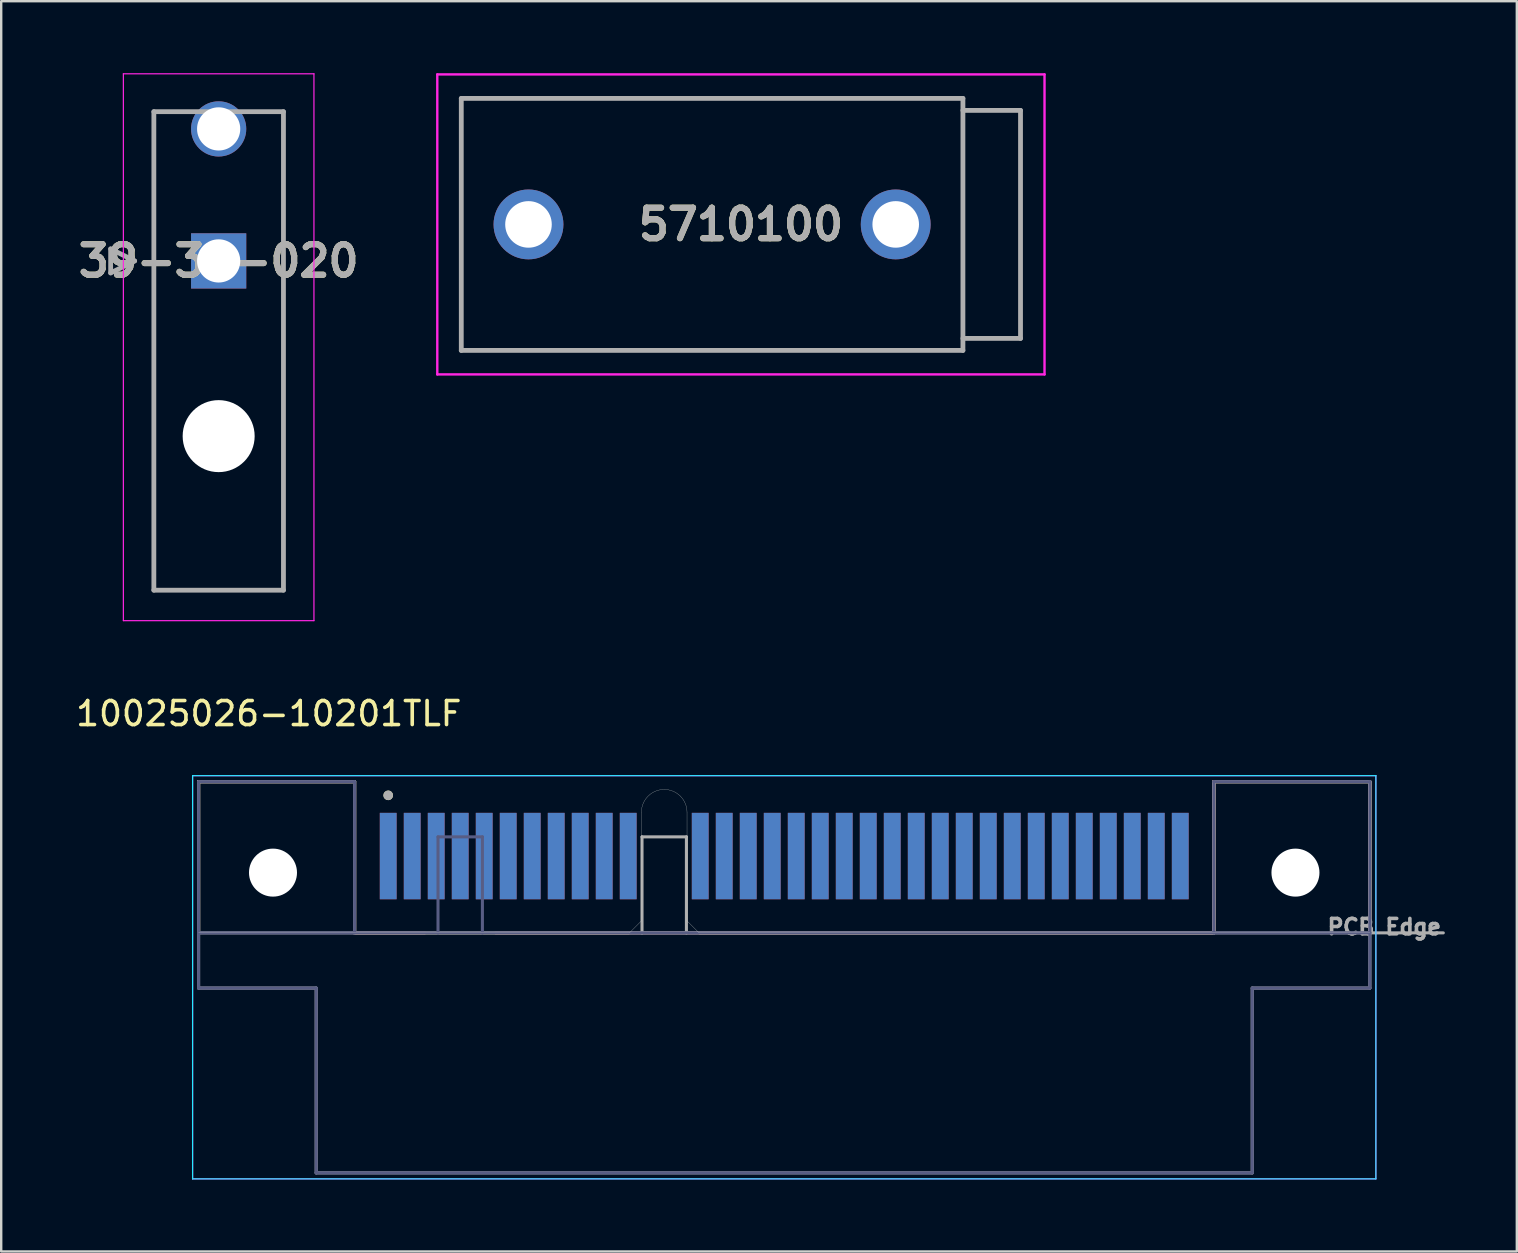
<source format=kicad_pcb>
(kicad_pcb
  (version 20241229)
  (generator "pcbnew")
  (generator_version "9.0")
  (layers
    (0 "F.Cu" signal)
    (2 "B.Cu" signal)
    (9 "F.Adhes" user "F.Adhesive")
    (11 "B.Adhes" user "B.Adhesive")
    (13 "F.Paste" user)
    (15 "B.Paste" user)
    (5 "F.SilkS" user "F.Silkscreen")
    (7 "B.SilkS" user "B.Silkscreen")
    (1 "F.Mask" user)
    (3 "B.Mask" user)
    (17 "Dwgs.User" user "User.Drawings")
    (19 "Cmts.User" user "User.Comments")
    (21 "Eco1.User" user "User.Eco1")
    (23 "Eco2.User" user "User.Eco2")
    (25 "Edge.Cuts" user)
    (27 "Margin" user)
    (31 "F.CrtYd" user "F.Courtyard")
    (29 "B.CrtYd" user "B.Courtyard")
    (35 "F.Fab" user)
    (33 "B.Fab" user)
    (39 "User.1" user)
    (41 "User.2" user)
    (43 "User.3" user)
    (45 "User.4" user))
  (footprint "39-30-020"
    (layer "F.Cu")
    (at 6.06 7.821)
    (property "Reference" "39-30-020" (at 0 0 0) (layer "F.SilkS") (effects (font (size 1.27 1.27) (thickness 0.254))))
    (attr through_hole)
    (fp_line (start -4.5 -0.5) (end -3.5 0) (stroke (width 0.1) (type solid)) (layer "F.SilkS"))
    (fp_line (start -4.5 0.5) (end -4.5 -0.5) (stroke (width 0.1) (type solid)) (layer "F.SilkS"))
    (fp_line (start -3.5 0) (end -4.5 0.5) (stroke (width 0.1) (type solid)) (layer "F.SilkS"))
    (fp_line (start -2.7 13.718) (end -2.7 -6.218) (stroke (width 0.1) (type solid)) (layer "F.SilkS"))
    (fp_line (start 2.7 -6.218) (end 2.7 13.718) (stroke (width 0.1) (type solid)) (layer "F.SilkS"))
    (fp_line (start 2.7 13.718) (end -2.7 13.718) (stroke (width 0.1) (type solid)) (layer "F.SilkS"))
    (fp_line (start -3.97 -7.796) (end 3.97 -7.796) (stroke (width 0.05) (type solid)) (layer "F.CrtYd"))
    (fp_line (start -3.97 14.988) (end -3.97 -7.796) (stroke (width 0.05) (type solid)) (layer "F.CrtYd"))
    (fp_line (start 3.97 -7.796) (end 3.97 14.988) (stroke (width 0.05) (type solid)) (layer "F.CrtYd"))
    (fp_line (start 3.97 14.988) (end -3.97 14.988) (stroke (width 0.05) (type solid)) (layer "F.CrtYd"))
    (fp_line (start -4.5 -0.5) (end -3.5 0) (stroke (width 0.2) (type solid)) (layer "F.Fab"))
    (fp_line (start -4.5 0.5) (end -4.5 -0.5) (stroke (width 0.2) (type solid)) (layer "F.Fab"))
    (fp_line (start -3.5 0) (end -4.5 0.5) (stroke (width 0.2) (type solid)) (layer "F.Fab"))
    (fp_line (start -2.7 -6.218) (end 2.7 -6.218) (stroke (width 0.2) (type solid)) (layer "F.Fab"))
    (fp_line (start -2.7 13.718) (end -2.7 -6.218) (stroke (width 0.2) (type solid)) (layer "F.Fab"))
    (fp_line (start 2.7 -6.218) (end 2.7 13.718) (stroke (width 0.2) (type solid)) (layer "F.Fab"))
    (fp_line (start 2.7 13.718) (end -2.7 13.718) (stroke (width 0.2) (type solid)) (layer "F.Fab"))
    (fp_text user "${REFERENCE}" (at 0 0 0) (layer "F.Fab") (effects (font (size 1.27 1.27) (thickness 0.254))))
    (pad "" np_thru_hole circle (at 0 7.3) (size 3 3) (drill 3) (layers "*.Cu" "*.Mask"))
    (pad "1" thru_hole rect (at 0 0) (size 2.3 2.3) (drill 1.8) (layers "*.Cu" "*.Mask"))
    (pad "2" thru_hole circle (at 0 -5.5) (size 2.3 2.3) (drill 1.8) (layers "*.Cu" "*.Mask")))
  (footprint "5710100"
    (layer "F.Cu")
    (at 18.969 6.3)
    (property "Reference" "5710100" (at 8.85 0 0) (layer "F.SilkS") (effects (font (size 1.27 1.27) (thickness 0.254))))
    (attr through_hole)
    (fp_line (start -2.8 -5.25) (end 18.1 -5.25) (stroke (width 0.1) (type solid)) (layer "F.SilkS"))
    (fp_line (start -2.8 5.25) (end -2.8 -5.25) (stroke (width 0.1) (type solid)) (layer "F.SilkS"))
    (fp_line (start 18.1 -5.25) (end 18.1 5.25) (stroke (width 0.1) (type solid)) (layer "F.SilkS"))
    (fp_line (start 18.1 5.25) (end -2.8 5.25) (stroke (width 0.1) (type solid)) (layer "F.SilkS"))
    (fp_line (start -3.8 -6.25) (end 21.5 -6.25) (stroke (width 0.1) (type solid)) (layer "F.CrtYd"))
    (fp_line (start -3.8 6.25) (end -3.8 -6.25) (stroke (width 0.1) (type solid)) (layer "F.CrtYd"))
    (fp_line (start 21.5 -6.25) (end 21.5 6.25) (stroke (width 0.1) (type solid)) (layer "F.CrtYd"))
    (fp_line (start 21.5 6.25) (end -3.8 6.25) (stroke (width 0.1) (type solid)) (layer "F.CrtYd"))
    (fp_line (start -2.8 -5.25) (end 18.1 -5.25) (stroke (width 0.2) (type solid)) (layer "F.Fab"))
    (fp_line (start -2.8 5.25) (end -2.8 -5.25) (stroke (width 0.2) (type solid)) (layer "F.Fab"))
    (fp_line (start 18.1 -5.25) (end 18.1 5.25) (stroke (width 0.2) (type solid)) (layer "F.Fab"))
    (fp_line (start 18.1 -4.75) (end 20.5 -4.75) (stroke (width 0.2) (type solid)) (layer "F.Fab"))
    (fp_line (start 18.1 5.25) (end -2.8 5.25) (stroke (width 0.2) (type solid)) (layer "F.Fab"))
    (fp_line (start 20.5 -4.75) (end 20.5 4.75) (stroke (width 0.2) (type solid)) (layer "F.Fab"))
    (fp_line (start 20.5 4.75) (end 18.1 4.75) (stroke (width 0.2) (type solid)) (layer "F.Fab"))
    (fp_text user "${REFERENCE}" (at 8.85 0 0) (layer "F.Fab") (effects (font (size 1.27 1.27) (thickness 0.254))))
    (pad "1" thru_hole circle (at 0 0) (size 2.91 2.91) (drill 1.94) (layers "*.Cu" "*.Mask"))
    (pad "2" thru_hole circle (at 15.3 0) (size 2.91 2.91) (drill 1.94) (layers "*.Cu" "*.Mask")))
  (footprint "10025026-10201TLF"
    (layer "F.Cu")
    (at 29.624 33.307)
    (property "Reference" "10025026-10201TLF" (at -21.475 -6.625 0) (layer "F.SilkS") (effects (font (size 1 1) (thickness 0.15))))
    (attr smd)
    (fp_line (start -24.4 -3.79) (end -17.9 -3.79) (stroke (width 0.127) (type solid)) (layer "F.SilkS"))
    (fp_line (start -24.4 2.51) (end -24.4 -3.79) (stroke (width 0.127) (type solid)) (layer "F.SilkS"))
    (fp_line (start -17.9 -3.79) (end -17.9 2.51) (stroke (width 0.127) (type solid)) (layer "F.SilkS"))
    (fp_line (start -6.475 2.51) (end -17.9 2.51) (stroke (width 0.127) (type solid)) (layer "F.SilkS"))
    (fp_line (start 17.9 -3.79) (end 17.9 2.51) (stroke (width 0.127) (type solid)) (layer "F.SilkS"))
    (fp_line (start 17.9 2.51) (end -3.525 2.51) (stroke (width 0.127) (type solid)) (layer "F.SilkS"))
    (fp_line (start 24.4 -3.79) (end 17.9 -3.79) (stroke (width 0.127) (type solid)) (layer "F.SilkS"))
    (fp_line (start 24.4 2.51) (end 24.4 -3.79) (stroke (width 0.127) (type solid)) (layer "F.SilkS"))
    (fp_circle (center -16.5 -3.22) (end -16.4 -3.22) (stroke (width 0.2) (type solid)) (fill no) (layer "F.SilkS"))
    (fp_line (start -24.4 -3.79) (end -17.9 -3.79) (stroke (width 0.127) (type solid)) (layer "B.SilkS"))
    (fp_line (start -24.4 2.51) (end -24.4 -3.79) (stroke (width 0.127) (type solid)) (layer "B.SilkS"))
    (fp_line (start -17.9 -3.79) (end -17.9 2.51) (stroke (width 0.127) (type solid)) (layer "B.SilkS"))
    (fp_line (start -14.975 2.51) (end -17.9 2.51) (stroke (width 0.127) (type solid)) (layer "B.SilkS"))
    (fp_line (start 17.9 -3.79) (end 17.9 2.51) (stroke (width 0.127) (type solid)) (layer "B.SilkS"))
    (fp_line (start 17.9 2.51) (end -12.025 2.51) (stroke (width 0.127) (type solid)) (layer "B.SilkS"))
    (fp_line (start 24.4 -3.79) (end 17.9 -3.79) (stroke (width 0.127) (type solid)) (layer "B.SilkS"))
    (fp_line (start 24.4 2.51) (end 24.4 -3.79) (stroke (width 0.127) (type solid)) (layer "B.SilkS"))
    (fp_line (start -6.45 2.51) (end -24.4 2.51) (stroke (width 0.01) (type solid)) (layer "Edge.Cuts"))
    (fp_line (start -5.95 -2.515) (end -5.95 2.01) (stroke (width 0.01) (type solid)) (layer "Edge.Cuts"))
    (fp_line (start -5.95 2.01) (end -6.45 2.51) (stroke (width 0.01) (type solid)) (layer "Edge.Cuts"))
    (fp_line (start -4.05 -2.515) (end -4.05 2.01) (stroke (width 0.01) (type solid)) (layer "Edge.Cuts"))
    (fp_line (start -4.05 2.01) (end -3.55 2.51) (stroke (width 0.01) (type solid)) (layer "Edge.Cuts"))
    (fp_line (start -3.55 2.51) (end 24.4 2.51) (stroke (width 0.01) (type solid)) (layer "Edge.Cuts"))
    (fp_arc (start -5.95 -2.515) (mid -5 -3.465) (end -4.05 -2.515) (stroke (width 0.01) (type solid)) (layer "Edge.Cuts"))
    (fp_line (start -24.65 -4.04) (end -24.65 12.76) (stroke (width 0.05) (type solid)) (layer "B.CrtYd"))
    (fp_line (start -24.65 12.76) (end 24.65 12.76) (stroke (width 0.05) (type solid)) (layer "B.CrtYd"))
    (fp_line (start 24.65 -4.04) (end -24.65 -4.04) (stroke (width 0.05) (type solid)) (layer "B.CrtYd"))
    (fp_line (start 24.65 12.76) (end 24.65 -4.04) (stroke (width 0.05) (type solid)) (layer "B.CrtYd"))
    (fp_line (start -24.65 -4.04) (end -24.65 12.76) (stroke (width 0.05) (type solid)) (layer "F.CrtYd"))
    (fp_line (start -24.65 12.76) (end 24.65 12.76) (stroke (width 0.05) (type solid)) (layer "F.CrtYd"))
    (fp_line (start 24.65 -4.04) (end -24.65 -4.04) (stroke (width 0.05) (type solid)) (layer "F.CrtYd"))
    (fp_line (start 24.65 12.76) (end 24.65 -4.04) (stroke (width 0.05) (type solid)) (layer "F.CrtYd"))
    (fp_line (start -24.4 -3.79) (end -17.9 -3.79) (stroke (width 0.127) (type solid)) (layer "B.Fab"))
    (fp_line (start -24.4 2.51) (end -24.4 -3.79) (stroke (width 0.127) (type solid)) (layer "B.Fab"))
    (fp_line (start -24.4 4.81) (end -24.4 2.51) (stroke (width 0.127) (type solid)) (layer "B.Fab"))
    (fp_line (start -19.5 4.81) (end -24.4 4.81) (stroke (width 0.127) (type solid)) (layer "B.Fab"))
    (fp_line (start -19.5 12.51) (end -19.5 4.81) (stroke (width 0.127) (type solid)) (layer "B.Fab"))
    (fp_line (start -17.9 -3.79) (end -17.9 2.51) (stroke (width 0.127) (type solid)) (layer "B.Fab"))
    (fp_line (start -17.9 2.51) (end -24.4 2.51) (stroke (width 0.127) (type solid)) (layer "B.Fab"))
    (fp_line (start -14.425 -1.49) (end -14.425 2.51) (stroke (width 0.127) (type solid)) (layer "B.Fab"))
    (fp_line (start -14.425 -1.49) (end -12.575 -1.49) (stroke (width 0.127) (type solid)) (layer "B.Fab"))
    (fp_line (start -14.425 2.51) (end -17.9 2.51) (stroke (width 0.127) (type solid)) (layer "B.Fab"))
    (fp_line (start -14.425 2.51) (end -12.575 2.51) (stroke (width 0.127) (type solid)) (layer "B.Fab"))
    (fp_line (start -12.575 -1.49) (end -12.575 2.51) (stroke (width 0.127) (type solid)) (layer "B.Fab"))
    (fp_line (start 17.9 -3.79) (end 17.9 2.51) (stroke (width 0.127) (type solid)) (layer "B.Fab"))
    (fp_line (start 17.9 2.51) (end -12.575 2.51) (stroke (width 0.127) (type solid)) (layer "B.Fab"))
    (fp_line (start 17.9 2.51) (end 24.4 2.51) (stroke (width 0.127) (type solid)) (layer "B.Fab"))
    (fp_line (start 19.5 4.81) (end 24.4 4.81) (stroke (width 0.127) (type solid)) (layer "B.Fab"))
    (fp_line (start 19.5 12.51) (end -19.5 12.51) (stroke (width 0.127) (type solid)) (layer "B.Fab"))
    (fp_line (start 19.5 12.51) (end 19.5 4.81) (stroke (width 0.127) (type solid)) (layer "B.Fab"))
    (fp_line (start 24.4 -3.79) (end 17.9 -3.79) (stroke (width 0.127) (type solid)) (layer "B.Fab"))
    (fp_line (start 24.4 2.51) (end 24.4 -3.79) (stroke (width 0.127) (type solid)) (layer "B.Fab"))
    (fp_line (start 24.4 4.81) (end 24.4 2.51) (stroke (width 0.127) (type solid)) (layer "B.Fab"))
    (fp_line (start -24.4 -3.79) (end -17.9 -3.79) (stroke (width 0.127) (type solid)) (layer "F.Fab"))
    (fp_line (start -24.4 2.51) (end -24.4 -3.79) (stroke (width 0.127) (type solid)) (layer "F.Fab"))
    (fp_line (start -24.4 4.81) (end -24.4 2.51) (stroke (width 0.127) (type solid)) (layer "F.Fab"))
    (fp_line (start -19.5 4.81) (end -24.4 4.81) (stroke (width 0.127) (type solid)) (layer "F.Fab"))
    (fp_line (start -19.5 12.51) (end -19.5 4.81) (stroke (width 0.127) (type solid)) (layer "F.Fab"))
    (fp_line (start -17.9 -3.79) (end -17.9 2.51) (stroke (width 0.127) (type solid)) (layer "F.Fab"))
    (fp_line (start -17.9 2.51) (end -24.4 2.51) (stroke (width 0.127) (type solid)) (layer "F.Fab"))
    (fp_line (start -5.925 -1.49) (end -5.925 2.51) (stroke (width 0.127) (type solid)) (layer "F.Fab"))
    (fp_line (start -5.925 -1.49) (end -4.075 -1.49) (stroke (width 0.127) (type solid)) (layer "F.Fab"))
    (fp_line (start -5.925 2.51) (end -17.9 2.51) (stroke (width 0.127) (type solid)) (layer "F.Fab"))
    (fp_line (start -5.925 2.51) (end -4.075 2.51) (stroke (width 0.127) (type solid)) (layer "F.Fab"))
    (fp_line (start -4.075 -1.49) (end -4.075 2.51) (stroke (width 0.127) (type solid)) (layer "F.Fab"))
    (fp_line (start 17.9 -3.79) (end 17.9 2.51) (stroke (width 0.127) (type solid)) (layer "F.Fab"))
    (fp_line (start 17.9 2.51) (end -4.075 2.51) (stroke (width 0.127) (type solid)) (layer "F.Fab"))
    (fp_line (start 17.9 2.51) (end 27.46 2.51) (stroke (width 0.127) (type solid)) (layer "F.Fab"))
    (fp_line (start 19.5 4.81) (end 24.4 4.81) (stroke (width 0.127) (type solid)) (layer "F.Fab"))
    (fp_line (start 19.5 12.51) (end -19.5 12.51) (stroke (width 0.127) (type solid)) (layer "F.Fab"))
    (fp_line (start 19.5 12.51) (end 19.5 4.81) (stroke (width 0.127) (type solid)) (layer "F.Fab"))
    (fp_line (start 24.4 -3.79) (end 17.9 -3.79) (stroke (width 0.127) (type solid)) (layer "F.Fab"))
    (fp_line (start 24.4 4.81) (end 24.4 -3.79) (stroke (width 0.127) (type solid)) (layer "F.Fab"))
    (fp_circle (center -16.5 -3.22) (end -16.4 -3.22) (stroke (width 0.2) (type solid)) (fill no) (layer "F.Fab"))
    (fp_text user "PCB Edge" (at 25 2.26 0) (layer "F.Fab") (effects (font (size 0.64 0.64) (thickness 0.15))))
    (pad "" np_thru_hole circle (at -21.3 0) (size 2 2) (drill 2) (layers "*.Cu" "*.Mask"))
    (pad "" np_thru_hole circle (at 21.3 0) (size 2 2) (drill 2) (layers "*.Cu" "*.Mask"))
    (pad "A1" smd rect (at -16.5 -0.69) (size 0.7 3.6) (layers "F.Cu" "F.Mask" "F.Paste"))
    (pad "A2" smd rect (at -15.5 -0.69) (size 0.7 3.6) (layers "F.Cu" "F.Mask" "F.Paste"))
    (pad "A3" smd rect (at -14.5 -0.69) (size 0.7 3.6) (layers "F.Cu" "F.Mask" "F.Paste"))
    (pad "A4" smd rect (at -13.5 -0.69) (size 0.7 3.6) (layers "F.Cu" "F.Mask" "F.Paste"))
    (pad "A5" smd rect (at -12.5 -0.69) (size 0.7 3.6) (layers "F.Cu" "F.Mask" "F.Paste"))
    (pad "A6" smd rect (at -11.5 -0.69) (size 0.7 3.6) (layers "F.Cu" "F.Mask" "F.Paste"))
    (pad "A7" smd rect (at -10.5 -0.69) (size 0.7 3.6) (layers "F.Cu" "F.Mask" "F.Paste"))
    (pad "A8" smd rect (at -9.5 -0.69) (size 0.7 3.6) (layers "F.Cu" "F.Mask" "F.Paste"))
    (pad "A9" smd rect (at -8.5 -0.69) (size 0.7 3.6) (layers "F.Cu" "F.Mask" "F.Paste"))
    (pad "A10" smd rect (at -7.5 -0.69) (size 0.7 3.6) (layers "F.Cu" "F.Mask" "F.Paste"))
    (pad "A11" smd rect (at -6.5 -0.69) (size 0.7 3.6) (layers "F.Cu" "F.Mask" "F.Paste"))
    (pad "A12" smd rect (at -3.5 -0.69) (size 0.7 3.6) (layers "F.Cu" "F.Mask" "F.Paste"))
    (pad "A13" smd rect (at -2.5 -0.69) (size 0.7 3.6) (layers "F.Cu" "F.Mask" "F.Paste"))
    (pad "A14" smd rect (at -1.5 -0.69) (size 0.7 3.6) (layers "F.Cu" "F.Mask" "F.Paste"))
    (pad "A15" smd rect (at -0.5 -0.69) (size 0.7 3.6) (layers "F.Cu" "F.Mask" "F.Paste"))
    (pad "A16" smd rect (at 0.5 -0.69) (size 0.7 3.6) (layers "F.Cu" "F.Mask" "F.Paste"))
    (pad "A17" smd rect (at 1.5 -0.69) (size 0.7 3.6) (layers "F.Cu" "F.Mask" "F.Paste"))
    (pad "A18" smd rect (at 2.5 -0.69) (size 0.7 3.6) (layers "F.Cu" "F.Mask" "F.Paste"))
    (pad "A19" smd rect (at 3.5 -0.69) (size 0.7 3.6) (layers "F.Cu" "F.Mask" "F.Paste"))
    (pad "A20" smd rect (at 4.5 -0.69) (size 0.7 3.6) (layers "F.Cu" "F.Mask" "F.Paste"))
    (pad "A21" smd rect (at 5.5 -0.69) (size 0.7 3.6) (layers "F.Cu" "F.Mask" "F.Paste"))
    (pad "A22" smd rect (at 6.5 -0.69) (size 0.7 3.6) (layers "F.Cu" "F.Mask" "F.Paste"))
    (pad "A23" smd rect (at 7.5 -0.69) (size 0.7 3.6) (layers "F.Cu" "F.Mask" "F.Paste"))
    (pad "A24" smd rect (at 8.5 -0.69) (size 0.7 3.6) (layers "F.Cu" "F.Mask" "F.Paste"))
    (pad "A25" smd rect (at 9.5 -0.69) (size 0.7 3.6) (layers "F.Cu" "F.Mask" "F.Paste"))
    (pad "A26" smd rect (at 10.5 -0.69) (size 0.7 3.6) (layers "F.Cu" "F.Mask" "F.Paste"))
    (pad "A27" smd rect (at 11.5 -0.69) (size 0.7 3.6) (layers "F.Cu" "F.Mask" "F.Paste"))
    (pad "A28" smd rect (at 12.5 -0.69) (size 0.7 3.6) (layers "F.Cu" "F.Mask" "F.Paste"))
    (pad "A29" smd rect (at 13.5 -0.69) (size 0.7 3.6) (layers "F.Cu" "F.Mask" "F.Paste"))
    (pad "A30" smd rect (at 14.5 -0.69) (size 0.7 3.6) (layers "F.Cu" "F.Mask" "F.Paste"))
    (pad "A31" smd rect (at 15.5 -0.69) (size 0.7 3.6) (layers "F.Cu" "F.Mask" "F.Paste"))
    (pad "A32" smd rect (at 16.5 -0.69) (size 0.7 3.6) (layers "F.Cu" "F.Mask" "F.Paste"))
    (pad "B1" smd rect (at -16.5 -0.69) (size 0.7 3.6) (layers "B.Cu" "B.Mask" "B.Paste"))
    (pad "B2" smd rect (at -15.5 -0.69) (size 0.7 3.6) (layers "B.Cu" "B.Mask" "B.Paste"))
    (pad "B3" smd rect (at -14.5 -0.69) (size 0.7 3.6) (layers "B.Cu" "B.Mask" "B.Paste"))
    (pad "B4" smd rect (at -13.5 -0.69) (size 0.7 3.6) (layers "B.Cu" "B.Mask" "B.Paste"))
    (pad "B5" smd rect (at -12.5 -0.69) (size 0.7 3.6) (layers "B.Cu" "B.Mask" "B.Paste"))
    (pad "B6" smd rect (at -11.5 -0.69) (size 0.7 3.6) (layers "B.Cu" "B.Mask" "B.Paste"))
    (pad "B7" smd rect (at -10.5 -0.69) (size 0.7 3.6) (layers "B.Cu" "B.Mask" "B.Paste"))
    (pad "B8" smd rect (at -9.5 -0.69) (size 0.7 3.6) (layers "B.Cu" "B.Mask" "B.Paste"))
    (pad "B9" smd rect (at -8.5 -0.69) (size 0.7 3.6) (layers "B.Cu" "B.Mask" "B.Paste"))
    (pad "B10" smd rect (at -7.5 -0.69) (size 0.7 3.6) (layers "B.Cu" "B.Mask" "B.Paste"))
    (pad "B11" smd rect (at -6.5 -0.69) (size 0.7 3.6) (layers "B.Cu" "B.Mask" "B.Paste"))
    (pad "B12" smd rect (at -3.5 -0.69) (size 0.7 3.6) (layers "B.Cu" "B.Mask" "B.Paste"))
    (pad "B13" smd rect (at -2.5 -0.69) (size 0.7 3.6) (layers "B.Cu" "B.Mask" "B.Paste"))
    (pad "B14" smd rect (at -1.5 -0.69) (size 0.7 3.6) (layers "B.Cu" "B.Mask" "B.Paste"))
    (pad "B15" smd rect (at -0.5 -0.69) (size 0.7 3.6) (layers "B.Cu" "B.Mask" "B.Paste"))
    (pad "B16" smd rect (at 0.5 -0.69) (size 0.7 3.6) (layers "B.Cu" "B.Mask" "B.Paste"))
    (pad "B17" smd rect (at 1.5 -0.69) (size 0.7 3.6) (layers "B.Cu" "B.Mask" "B.Paste"))
    (pad "B18" smd rect (at 2.5 -0.69) (size 0.7 3.6) (layers "B.Cu" "B.Mask" "B.Paste"))
    (pad "B19" smd rect (at 3.5 -0.69) (size 0.7 3.6) (layers "B.Cu" "B.Mask" "B.Paste"))
    (pad "B20" smd rect (at 4.5 -0.69) (size 0.7 3.6) (layers "B.Cu" "B.Mask" "B.Paste"))
    (pad "B21" smd rect (at 5.5 -0.69) (size 0.7 3.6) (layers "B.Cu" "B.Mask" "B.Paste"))
    (pad "B22" smd rect (at 6.5 -0.69) (size 0.7 3.6) (layers "B.Cu" "B.Mask" "B.Paste"))
    (pad "B23" smd rect (at 7.5 -0.69) (size 0.7 3.6) (layers "B.Cu" "B.Mask" "B.Paste"))
    (pad "B24" smd rect (at 8.5 -0.69) (size 0.7 3.6) (layers "B.Cu" "B.Mask" "B.Paste"))
    (pad "B25" smd rect (at 9.5 -0.69) (size 0.7 3.6) (layers "B.Cu" "B.Mask" "B.Paste"))
    (pad "B26" smd rect (at 10.5 -0.69) (size 0.7 3.6) (layers "B.Cu" "B.Mask" "B.Paste"))
    (pad "B27" smd rect (at 11.5 -0.69) (size 0.7 3.6) (layers "B.Cu" "B.Mask" "B.Paste"))
    (pad "B28" smd rect (at 12.5 -0.69) (size 0.7 3.6) (layers "B.Cu" "B.Mask" "B.Paste"))
    (pad "B29" smd rect (at 13.5 -0.69) (size 0.7 3.6) (layers "B.Cu" "B.Mask" "B.Paste"))
    (pad "B30" smd rect (at 14.5 -0.69) (size 0.7 3.6) (layers "B.Cu" "B.Mask" "B.Paste"))
    (pad "B31" smd rect (at 15.5 -0.69) (size 0.7 3.6) (layers "B.Cu" "B.Mask" "B.Paste"))
    (pad "B32" smd rect (at 16.5 -0.69) (size 0.7 3.6) (layers "B.Cu" "B.Mask" "B.Paste")))
  (gr_rect
    (start -3 -3)
    (end 60.147 49.092)
    (stroke (width 0.1) (type default))
    (fill no)
    (layer "Edge.Cuts")))
</source>
